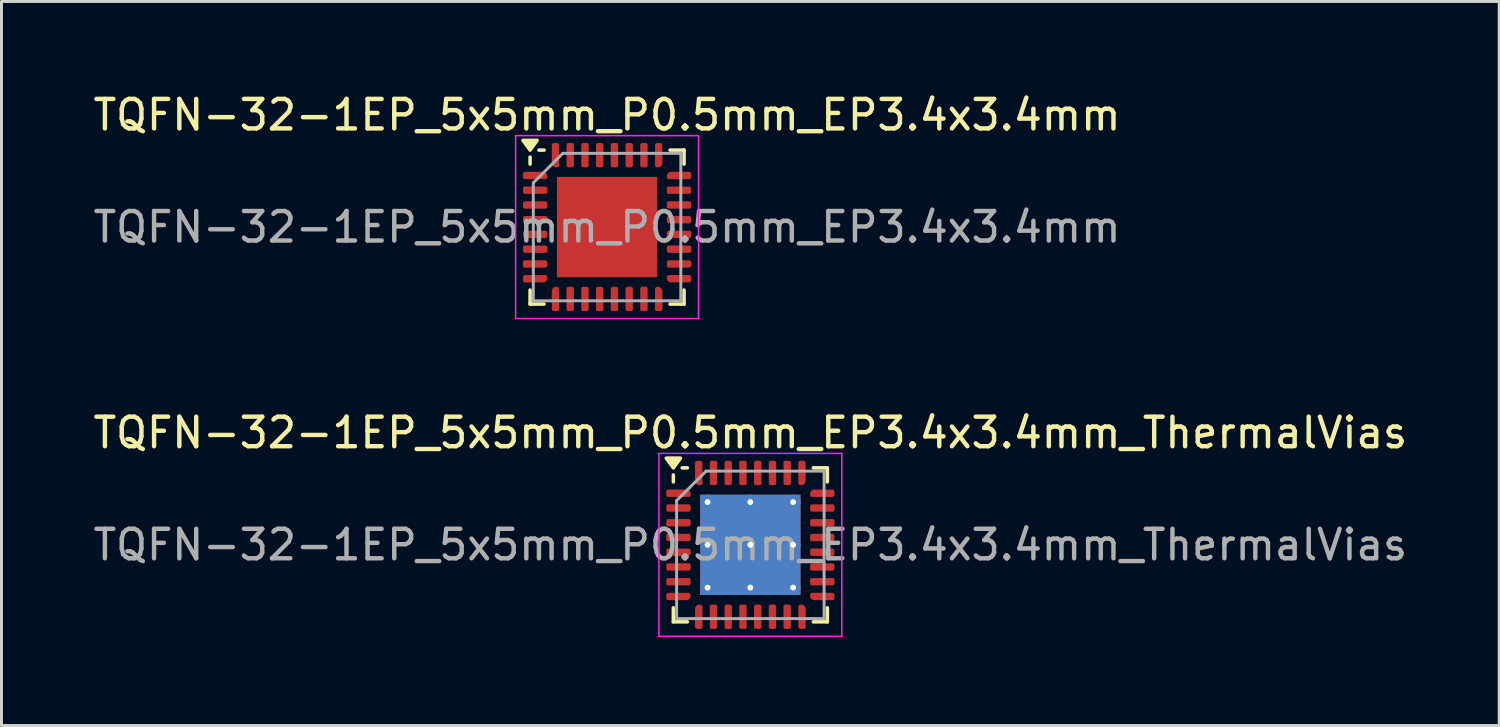
<source format=kicad_pcb>
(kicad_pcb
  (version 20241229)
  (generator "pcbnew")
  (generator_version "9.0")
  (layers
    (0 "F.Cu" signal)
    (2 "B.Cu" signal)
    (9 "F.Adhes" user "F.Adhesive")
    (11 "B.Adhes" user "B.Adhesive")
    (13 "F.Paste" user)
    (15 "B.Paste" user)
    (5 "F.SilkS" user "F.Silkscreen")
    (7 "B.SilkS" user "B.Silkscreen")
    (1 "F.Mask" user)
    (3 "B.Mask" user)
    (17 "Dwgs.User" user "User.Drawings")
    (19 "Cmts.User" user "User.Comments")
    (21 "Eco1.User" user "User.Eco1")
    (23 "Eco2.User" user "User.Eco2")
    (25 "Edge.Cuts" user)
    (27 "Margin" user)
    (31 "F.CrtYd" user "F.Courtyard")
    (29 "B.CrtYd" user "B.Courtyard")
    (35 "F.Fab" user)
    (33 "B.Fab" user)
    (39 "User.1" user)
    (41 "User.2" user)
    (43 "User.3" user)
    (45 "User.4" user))
  (footprint "TQFN-32-1EP_5x5mm_P0.5mm_EP3.4x3.4mm"
    (layer "F.Cu")
    (at 17.53 4.648)
    (property "Reference" "TQFN-32-1EP_5x5mm_P0.5mm_EP3.4x3.4mm" (at 0 -3.8 0) (layer "F.SilkS") (effects (font (size 1 1) (thickness 0.15))))
    (attr smd)
    (fp_line (start -2.61 -2.135) (end -2.61 -2.37) (stroke (width 0.12) (type solid)) (layer "F.SilkS"))
    (fp_line (start -2.61 2.61) (end -2.61 2.135) (stroke (width 0.12) (type solid)) (layer "F.SilkS"))
    (fp_line (start -2.135 -2.61) (end -2.31 -2.61) (stroke (width 0.12) (type solid)) (layer "F.SilkS"))
    (fp_line (start -2.135 2.61) (end -2.61 2.61) (stroke (width 0.12) (type solid)) (layer "F.SilkS"))
    (fp_line (start 2.135 -2.61) (end 2.61 -2.61) (stroke (width 0.12) (type solid)) (layer "F.SilkS"))
    (fp_line (start 2.135 2.61) (end 2.61 2.61) (stroke (width 0.12) (type solid)) (layer "F.SilkS"))
    (fp_line (start 2.61 -2.61) (end 2.61 -2.135) (stroke (width 0.12) (type solid)) (layer "F.SilkS"))
    (fp_line (start 2.61 2.61) (end 2.61 2.135) (stroke (width 0.12) (type solid)) (layer "F.SilkS"))
    (fp_poly (pts (xy -2.61 -2.61) (xy -2.85 -2.94) (xy -2.37 -2.94) (xy -2.61 -2.61)) (stroke (width 0.12) (type solid)) (fill yes) (layer "F.SilkS"))
    (fp_line (start -3.1 -3.1) (end -3.1 3.1) (stroke (width 0.05) (type solid)) (layer "F.CrtYd"))
    (fp_line (start -3.1 3.1) (end 3.1 3.1) (stroke (width 0.05) (type solid)) (layer "F.CrtYd"))
    (fp_line (start 3.1 -3.1) (end -3.1 -3.1) (stroke (width 0.05) (type solid)) (layer "F.CrtYd"))
    (fp_line (start 3.1 3.1) (end 3.1 -3.1) (stroke (width 0.05) (type solid)) (layer "F.CrtYd"))
    (fp_line (start -2.5 -1.5) (end -1.5 -2.5) (stroke (width 0.1) (type solid)) (layer "F.Fab"))
    (fp_line (start -2.5 2.5) (end -2.5 -1.5) (stroke (width 0.1) (type solid)) (layer "F.Fab"))
    (fp_line (start -1.5 -2.5) (end 2.5 -2.5) (stroke (width 0.1) (type solid)) (layer "F.Fab"))
    (fp_line (start 2.5 -2.5) (end 2.5 2.5) (stroke (width 0.1) (type solid)) (layer "F.Fab"))
    (fp_line (start 2.5 2.5) (end -2.5 2.5) (stroke (width 0.1) (type solid)) (layer "F.Fab"))
    (fp_text user "${REFERENCE}" (at 0 0 0) (layer "F.Fab") (effects (font (size 1 1) (thickness 0.15))))
    (pad "" smd roundrect (at -0.85 -0.85) (size 1.37 1.37) (layers "F.Paste") (roundrect_rratio 0.182))
    (pad "" smd roundrect (at -0.85 0.85) (size 1.37 1.37) (layers "F.Paste") (roundrect_rratio 0.182))
    (pad "" smd roundrect (at 0.85 -0.85) (size 1.37 1.37) (layers "F.Paste") (roundrect_rratio 0.182))
    (pad "" smd roundrect (at 0.85 0.85) (size 1.37 1.37) (layers "F.Paste") (roundrect_rratio 0.182))
    (pad "1" smd custom (at -2.438 -1.75) (size 0.186 0.186) (layers "F.Cu" "F.Mask" "F.Paste") (options (anchor circle)) (primitives (gr_poly (pts (xy -0.35 -0.062) (xy 0.297 -0.062) (xy 0.35 -0.009) (xy 0.35 0.062) (xy -0.35 0.062)) (width 0.125) (fill yes))))
    (pad "2" smd roundrect (at -2.438 -1.25) (size 0.825 0.25) (layers "F.Cu" "F.Mask" "F.Paste") (roundrect_rratio 0.25))
    (pad "3" smd roundrect (at -2.438 -0.75) (size 0.825 0.25) (layers "F.Cu" "F.Mask" "F.Paste") (roundrect_rratio 0.25))
    (pad "4" smd roundrect (at -2.438 -0.25) (size 0.825 0.25) (layers "F.Cu" "F.Mask" "F.Paste") (roundrect_rratio 0.25))
    (pad "5" smd roundrect (at -2.438 0.25) (size 0.825 0.25) (layers "F.Cu" "F.Mask" "F.Paste") (roundrect_rratio 0.25))
    (pad "6" smd roundrect (at -2.438 0.75) (size 0.825 0.25) (layers "F.Cu" "F.Mask" "F.Paste") (roundrect_rratio 0.25))
    (pad "7" smd roundrect (at -2.438 1.25) (size 0.825 0.25) (layers "F.Cu" "F.Mask" "F.Paste") (roundrect_rratio 0.25))
    (pad "8" smd custom (at -2.438 1.75) (size 0.186 0.186) (layers "F.Cu" "F.Mask" "F.Paste") (options (anchor circle)) (primitives (gr_poly (pts (xy -0.35 -0.062) (xy 0.35 -0.062) (xy 0.35 0.009) (xy 0.297 0.062) (xy -0.35 0.062)) (width 0.125) (fill yes))))
    (pad "9" smd custom (at -1.75 2.438) (size 0.186 0.186) (layers "F.Cu" "F.Mask" "F.Paste") (options (anchor circle)) (primitives (gr_poly (pts (xy -0.062 -0.297) (xy -0.009 -0.35) (xy 0.062 -0.35) (xy 0.062 0.35) (xy -0.062 0.35)) (width 0.125) (fill yes))))
    (pad "10" smd roundrect (at -1.25 2.438) (size 0.25 0.825) (layers "F.Cu" "F.Mask" "F.Paste") (roundrect_rratio 0.25))
    (pad "11" smd roundrect (at -0.75 2.438) (size 0.25 0.825) (layers "F.Cu" "F.Mask" "F.Paste") (roundrect_rratio 0.25))
    (pad "12" smd roundrect (at -0.25 2.438) (size 0.25 0.825) (layers "F.Cu" "F.Mask" "F.Paste") (roundrect_rratio 0.25))
    (pad "13" smd roundrect (at 0.25 2.438) (size 0.25 0.825) (layers "F.Cu" "F.Mask" "F.Paste") (roundrect_rratio 0.25))
    (pad "14" smd roundrect (at 0.75 2.438) (size 0.25 0.825) (layers "F.Cu" "F.Mask" "F.Paste") (roundrect_rratio 0.25))
    (pad "15" smd roundrect (at 1.25 2.438) (size 0.25 0.825) (layers "F.Cu" "F.Mask" "F.Paste") (roundrect_rratio 0.25))
    (pad "16" smd custom (at 1.75 2.438) (size 0.186 0.186) (layers "F.Cu" "F.Mask" "F.Paste") (options (anchor circle)) (primitives (gr_poly (pts (xy -0.062 -0.35) (xy 0.009 -0.35) (xy 0.062 -0.297) (xy 0.062 0.35) (xy -0.062 0.35)) (width 0.125) (fill yes))))
    (pad "17" smd custom (at 2.438 1.75) (size 0.186 0.186) (layers "F.Cu" "F.Mask" "F.Paste") (options (anchor circle)) (primitives (gr_poly (pts (xy -0.35 -0.062) (xy 0.35 -0.062) (xy 0.35 0.062) (xy -0.297 0.062) (xy -0.35 0.009)) (width 0.125) (fill yes))))
    (pad "18" smd roundrect (at 2.438 1.25) (size 0.825 0.25) (layers "F.Cu" "F.Mask" "F.Paste") (roundrect_rratio 0.25))
    (pad "19" smd roundrect (at 2.438 0.75) (size 0.825 0.25) (layers "F.Cu" "F.Mask" "F.Paste") (roundrect_rratio 0.25))
    (pad "20" smd roundrect (at 2.438 0.25) (size 0.825 0.25) (layers "F.Cu" "F.Mask" "F.Paste") (roundrect_rratio 0.25))
    (pad "21" smd roundrect (at 2.438 -0.25) (size 0.825 0.25) (layers "F.Cu" "F.Mask" "F.Paste") (roundrect_rratio 0.25))
    (pad "22" smd roundrect (at 2.438 -0.75) (size 0.825 0.25) (layers "F.Cu" "F.Mask" "F.Paste") (roundrect_rratio 0.25))
    (pad "23" smd roundrect (at 2.438 -1.25) (size 0.825 0.25) (layers "F.Cu" "F.Mask" "F.Paste") (roundrect_rratio 0.25))
    (pad "24" smd custom (at 2.438 -1.75) (size 0.186 0.186) (layers "F.Cu" "F.Mask" "F.Paste") (options (anchor circle)) (primitives (gr_poly (pts (xy -0.35 -0.009) (xy -0.297 -0.062) (xy 0.35 -0.062) (xy 0.35 0.062) (xy -0.35 0.062)) (width 0.125) (fill yes))))
    (pad "25" smd custom (at 1.75 -2.438) (size 0.186 0.186) (layers "F.Cu" "F.Mask" "F.Paste") (options (anchor circle)) (primitives (gr_poly (pts (xy -0.062 -0.35) (xy 0.062 -0.35) (xy 0.062 0.297) (xy 0.009 0.35) (xy -0.062 0.35)) (width 0.125) (fill yes))))
    (pad "26" smd roundrect (at 1.25 -2.438) (size 0.25 0.825) (layers "F.Cu" "F.Mask" "F.Paste") (roundrect_rratio 0.25))
    (pad "27" smd roundrect (at 0.75 -2.438) (size 0.25 0.825) (layers "F.Cu" "F.Mask" "F.Paste") (roundrect_rratio 0.25))
    (pad "28" smd roundrect (at 0.25 -2.438) (size 0.25 0.825) (layers "F.Cu" "F.Mask" "F.Paste") (roundrect_rratio 0.25))
    (pad "29" smd roundrect (at -0.25 -2.438) (size 0.25 0.825) (layers "F.Cu" "F.Mask" "F.Paste") (roundrect_rratio 0.25))
    (pad "30" smd roundrect (at -0.75 -2.438) (size 0.25 0.825) (layers "F.Cu" "F.Mask" "F.Paste") (roundrect_rratio 0.25))
    (pad "31" smd roundrect (at -1.25 -2.438) (size 0.25 0.825) (layers "F.Cu" "F.Mask" "F.Paste") (roundrect_rratio 0.25))
    (pad "32" smd custom (at -1.75 -2.438) (size 0.186 0.186) (layers "F.Cu" "F.Mask" "F.Paste") (options (anchor circle)) (primitives (gr_poly (pts (xy -0.062 -0.35) (xy 0.062 -0.35) (xy 0.062 0.35) (xy -0.009 0.35) (xy -0.062 0.297)) (width 0.125) (fill yes))))
    (pad "33" smd rect (at 0 0) (size 3.4 3.4) (property pad_prop_heatsink) (layers "F.Cu" "F.Mask")))
  (footprint "TQFN-32-1EP_5x5mm_P0.5mm_EP3.4x3.4mm_ThermalVias"
    (layer "F.Cu")
    (at 22.387 15.421)
    (property "Reference" "TQFN-32-1EP_5x5mm_P0.5mm_EP3.4x3.4mm_ThermalVias" (at 0 -3.8 0) (layer "F.SilkS") (effects (font (size 1 1) (thickness 0.15))))
    (attr smd)
    (fp_line (start -2.61 -2.135) (end -2.61 -2.37) (stroke (width 0.12) (type solid)) (layer "F.SilkS"))
    (fp_line (start -2.61 2.61) (end -2.61 2.135) (stroke (width 0.12) (type solid)) (layer "F.SilkS"))
    (fp_line (start -2.135 -2.61) (end -2.31 -2.61) (stroke (width 0.12) (type solid)) (layer "F.SilkS"))
    (fp_line (start -2.135 2.61) (end -2.61 2.61) (stroke (width 0.12) (type solid)) (layer "F.SilkS"))
    (fp_line (start 2.135 -2.61) (end 2.61 -2.61) (stroke (width 0.12) (type solid)) (layer "F.SilkS"))
    (fp_line (start 2.135 2.61) (end 2.61 2.61) (stroke (width 0.12) (type solid)) (layer "F.SilkS"))
    (fp_line (start 2.61 -2.61) (end 2.61 -2.135) (stroke (width 0.12) (type solid)) (layer "F.SilkS"))
    (fp_line (start 2.61 2.61) (end 2.61 2.135) (stroke (width 0.12) (type solid)) (layer "F.SilkS"))
    (fp_poly (pts (xy -2.61 -2.61) (xy -2.85 -2.94) (xy -2.37 -2.94) (xy -2.61 -2.61)) (stroke (width 0.12) (type solid)) (fill yes) (layer "F.SilkS"))
    (fp_line (start -3.1 -3.1) (end -3.1 3.1) (stroke (width 0.05) (type solid)) (layer "F.CrtYd"))
    (fp_line (start -3.1 3.1) (end 3.1 3.1) (stroke (width 0.05) (type solid)) (layer "F.CrtYd"))
    (fp_line (start 3.1 -3.1) (end -3.1 -3.1) (stroke (width 0.05) (type solid)) (layer "F.CrtYd"))
    (fp_line (start 3.1 3.1) (end 3.1 -3.1) (stroke (width 0.05) (type solid)) (layer "F.CrtYd"))
    (fp_line (start -2.5 -1.5) (end -1.5 -2.5) (stroke (width 0.1) (type solid)) (layer "F.Fab"))
    (fp_line (start -2.5 2.5) (end -2.5 -1.5) (stroke (width 0.1) (type solid)) (layer "F.Fab"))
    (fp_line (start -1.5 -2.5) (end 2.5 -2.5) (stroke (width 0.1) (type solid)) (layer "F.Fab"))
    (fp_line (start 2.5 -2.5) (end 2.5 2.5) (stroke (width 0.1) (type solid)) (layer "F.Fab"))
    (fp_line (start 2.5 2.5) (end -2.5 2.5) (stroke (width 0.1) (type solid)) (layer "F.Fab"))
    (fp_text user "${REFERENCE}" (at 0 0 0) (layer "F.Fab") (effects (font (size 1 1) (thickness 0.15))))
    (pad "" smd roundrect (at -0.85 -0.85) (size 1.47 1.47) (layers "F.Paste") (roundrect_rratio 0.17))
    (pad "" smd roundrect (at -0.85 0.85) (size 1.47 1.47) (layers "F.Paste") (roundrect_rratio 0.17))
    (pad "" smd roundrect (at 0.85 -0.85) (size 1.47 1.47) (layers "F.Paste") (roundrect_rratio 0.17))
    (pad "" smd roundrect (at 0.85 0.85) (size 1.47 1.47) (layers "F.Paste") (roundrect_rratio 0.17))
    (pad "1" smd custom (at -2.438 -1.75) (size 0.186 0.186) (layers "F.Cu" "F.Mask" "F.Paste") (options (anchor circle)) (primitives (gr_poly (pts (xy -0.35 -0.062) (xy 0.297 -0.062) (xy 0.35 -0.009) (xy 0.35 0.062) (xy -0.35 0.062)) (width 0.125) (fill yes))))
    (pad "2" smd roundrect (at -2.438 -1.25) (size 0.825 0.25) (layers "F.Cu" "F.Mask" "F.Paste") (roundrect_rratio 0.25))
    (pad "3" smd roundrect (at -2.438 -0.75) (size 0.825 0.25) (layers "F.Cu" "F.Mask" "F.Paste") (roundrect_rratio 0.25))
    (pad "4" smd roundrect (at -2.438 -0.25) (size 0.825 0.25) (layers "F.Cu" "F.Mask" "F.Paste") (roundrect_rratio 0.25))
    (pad "5" smd roundrect (at -2.438 0.25) (size 0.825 0.25) (layers "F.Cu" "F.Mask" "F.Paste") (roundrect_rratio 0.25))
    (pad "6" smd roundrect (at -2.438 0.75) (size 0.825 0.25) (layers "F.Cu" "F.Mask" "F.Paste") (roundrect_rratio 0.25))
    (pad "7" smd roundrect (at -2.438 1.25) (size 0.825 0.25) (layers "F.Cu" "F.Mask" "F.Paste") (roundrect_rratio 0.25))
    (pad "8" smd custom (at -2.438 1.75) (size 0.186 0.186) (layers "F.Cu" "F.Mask" "F.Paste") (options (anchor circle)) (primitives (gr_poly (pts (xy -0.35 -0.062) (xy 0.35 -0.062) (xy 0.35 0.009) (xy 0.297 0.062) (xy -0.35 0.062)) (width 0.125) (fill yes))))
    (pad "9" smd custom (at -1.75 2.438) (size 0.186 0.186) (layers "F.Cu" "F.Mask" "F.Paste") (options (anchor circle)) (primitives (gr_poly (pts (xy -0.062 -0.297) (xy -0.009 -0.35) (xy 0.062 -0.35) (xy 0.062 0.35) (xy -0.062 0.35)) (width 0.125) (fill yes))))
    (pad "10" smd roundrect (at -1.25 2.438) (size 0.25 0.825) (layers "F.Cu" "F.Mask" "F.Paste") (roundrect_rratio 0.25))
    (pad "11" smd roundrect (at -0.75 2.438) (size 0.25 0.825) (layers "F.Cu" "F.Mask" "F.Paste") (roundrect_rratio 0.25))
    (pad "12" smd roundrect (at -0.25 2.438) (size 0.25 0.825) (layers "F.Cu" "F.Mask" "F.Paste") (roundrect_rratio 0.25))
    (pad "13" smd roundrect (at 0.25 2.438) (size 0.25 0.825) (layers "F.Cu" "F.Mask" "F.Paste") (roundrect_rratio 0.25))
    (pad "14" smd roundrect (at 0.75 2.438) (size 0.25 0.825) (layers "F.Cu" "F.Mask" "F.Paste") (roundrect_rratio 0.25))
    (pad "15" smd roundrect (at 1.25 2.438) (size 0.25 0.825) (layers "F.Cu" "F.Mask" "F.Paste") (roundrect_rratio 0.25))
    (pad "16" smd custom (at 1.75 2.438) (size 0.186 0.186) (layers "F.Cu" "F.Mask" "F.Paste") (options (anchor circle)) (primitives (gr_poly (pts (xy -0.062 -0.35) (xy 0.009 -0.35) (xy 0.062 -0.297) (xy 0.062 0.35) (xy -0.062 0.35)) (width 0.125) (fill yes))))
    (pad "17" smd custom (at 2.438 1.75) (size 0.186 0.186) (layers "F.Cu" "F.Mask" "F.Paste") (options (anchor circle)) (primitives (gr_poly (pts (xy -0.35 -0.062) (xy 0.35 -0.062) (xy 0.35 0.062) (xy -0.297 0.062) (xy -0.35 0.009)) (width 0.125) (fill yes))))
    (pad "18" smd roundrect (at 2.438 1.25) (size 0.825 0.25) (layers "F.Cu" "F.Mask" "F.Paste") (roundrect_rratio 0.25))
    (pad "19" smd roundrect (at 2.438 0.75) (size 0.825 0.25) (layers "F.Cu" "F.Mask" "F.Paste") (roundrect_rratio 0.25))
    (pad "20" smd roundrect (at 2.438 0.25) (size 0.825 0.25) (layers "F.Cu" "F.Mask" "F.Paste") (roundrect_rratio 0.25))
    (pad "21" smd roundrect (at 2.438 -0.25) (size 0.825 0.25) (layers "F.Cu" "F.Mask" "F.Paste") (roundrect_rratio 0.25))
    (pad "22" smd roundrect (at 2.438 -0.75) (size 0.825 0.25) (layers "F.Cu" "F.Mask" "F.Paste") (roundrect_rratio 0.25))
    (pad "23" smd roundrect (at 2.438 -1.25) (size 0.825 0.25) (layers "F.Cu" "F.Mask" "F.Paste") (roundrect_rratio 0.25))
    (pad "24" smd custom (at 2.438 -1.75) (size 0.186 0.186) (layers "F.Cu" "F.Mask" "F.Paste") (options (anchor circle)) (primitives (gr_poly (pts (xy -0.35 -0.009) (xy -0.297 -0.062) (xy 0.35 -0.062) (xy 0.35 0.062) (xy -0.35 0.062)) (width 0.125) (fill yes))))
    (pad "25" smd custom (at 1.75 -2.438) (size 0.186 0.186) (layers "F.Cu" "F.Mask" "F.Paste") (options (anchor circle)) (primitives (gr_poly (pts (xy -0.062 -0.35) (xy 0.062 -0.35) (xy 0.062 0.297) (xy 0.009 0.35) (xy -0.062 0.35)) (width 0.125) (fill yes))))
    (pad "26" smd roundrect (at 1.25 -2.438) (size 0.25 0.825) (layers "F.Cu" "F.Mask" "F.Paste") (roundrect_rratio 0.25))
    (pad "27" smd roundrect (at 0.75 -2.438) (size 0.25 0.825) (layers "F.Cu" "F.Mask" "F.Paste") (roundrect_rratio 0.25))
    (pad "28" smd roundrect (at 0.25 -2.438) (size 0.25 0.825) (layers "F.Cu" "F.Mask" "F.Paste") (roundrect_rratio 0.25))
    (pad "29" smd roundrect (at -0.25 -2.438) (size 0.25 0.825) (layers "F.Cu" "F.Mask" "F.Paste") (roundrect_rratio 0.25))
    (pad "30" smd roundrect (at -0.75 -2.438) (size 0.25 0.825) (layers "F.Cu" "F.Mask" "F.Paste") (roundrect_rratio 0.25))
    (pad "31" smd roundrect (at -1.25 -2.438) (size 0.25 0.825) (layers "F.Cu" "F.Mask" "F.Paste") (roundrect_rratio 0.25))
    (pad "32" smd custom (at -1.75 -2.438) (size 0.186 0.186) (layers "F.Cu" "F.Mask" "F.Paste") (options (anchor circle)) (primitives (gr_poly (pts (xy -0.062 -0.35) (xy 0.062 -0.35) (xy 0.062 0.35) (xy -0.009 0.35) (xy -0.062 0.297)) (width 0.125) (fill yes))))
    (pad "33" thru_hole circle (at -1.45 -1.45) (size 0.5 0.5) (drill 0.2) (property pad_prop_heatsink) (layers "*.Cu"))
    (pad "33" thru_hole circle (at -1.45 0) (size 0.5 0.5) (drill 0.2) (property pad_prop_heatsink) (layers "*.Cu"))
    (pad "33" thru_hole circle (at -1.45 1.45) (size 0.5 0.5) (drill 0.2) (property pad_prop_heatsink) (layers "*.Cu"))
    (pad "33" thru_hole circle (at 0 -1.45) (size 0.5 0.5) (drill 0.2) (property pad_prop_heatsink) (layers "*.Cu"))
    (pad "33" thru_hole circle (at 0 0) (size 0.5 0.5) (drill 0.2) (property pad_prop_heatsink) (layers "*.Cu"))
    (pad "33" smd rect (at 0 0) (size 3.4 3.4) (property pad_prop_heatsink) (layers "F.Cu" "F.Mask"))
    (pad "33" smd rect (at 0 0) (size 3.4 3.4) (property pad_prop_heatsink) (layers "B.Cu"))
    (pad "33" thru_hole circle (at 0 1.45) (size 0.5 0.5) (drill 0.2) (property pad_prop_heatsink) (layers "*.Cu"))
    (pad "33" thru_hole circle (at 1.45 -1.45) (size 0.5 0.5) (drill 0.2) (property pad_prop_heatsink) (layers "*.Cu"))
    (pad "33" thru_hole circle (at 1.45 0) (size 0.5 0.5) (drill 0.2) (property pad_prop_heatsink) (layers "*.Cu"))
    (pad "33" thru_hole circle (at 1.45 1.45) (size 0.5 0.5) (drill 0.2) (property pad_prop_heatsink) (layers "*.Cu")))
  (gr_rect
    (start -3 -3)
    (end 47.774 21.547)
    (stroke (width 0.1) (type default))
    (fill no)
    (layer "Edge.Cuts")))
</source>
